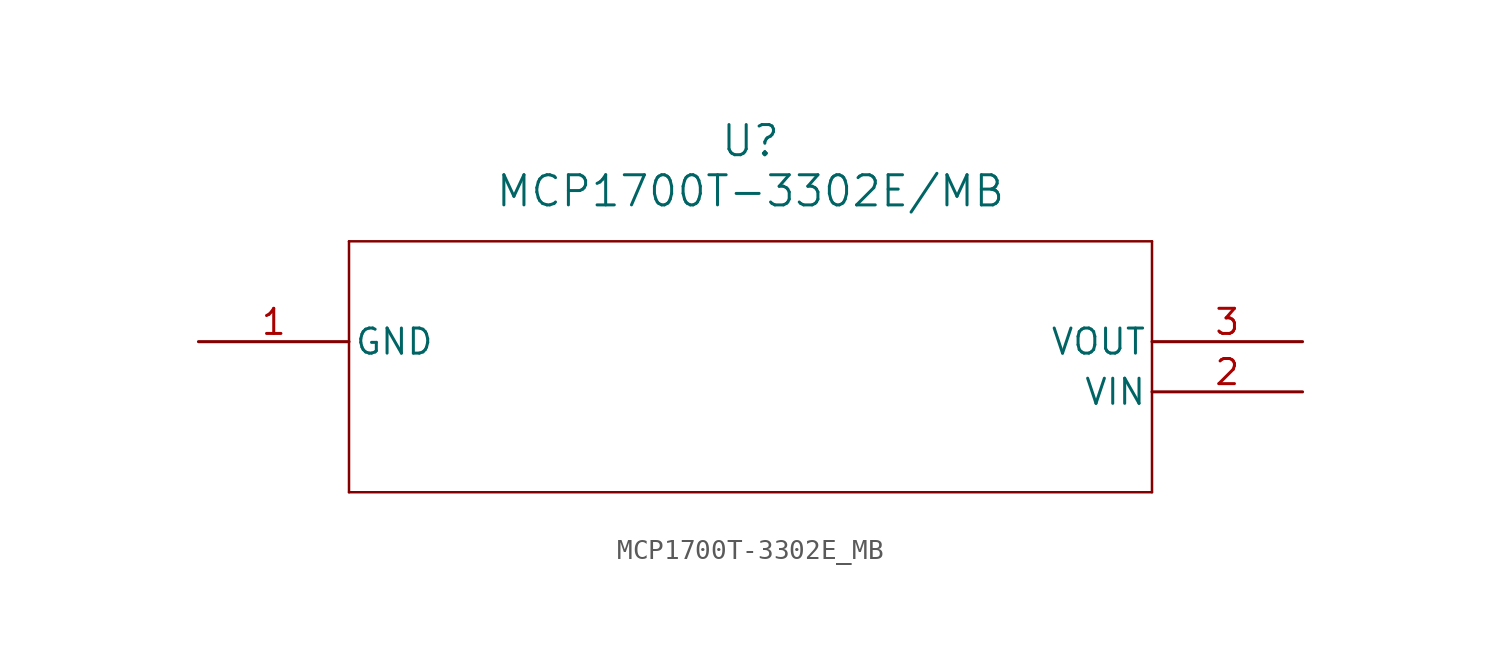
<source format=kicad_sym>
(kicad_symbol_lib
  (version 20211014)
  (generator kicad_symbol_editor)
  (symbol "MCP1700T-3302E_MB"
    (pin_names
      (offset 0.254))
    (property "Reference" "U"
      (at 27.94 10.16 0)
      (effects (font (size 1.524 1.524))))
    (property "Value" "MCP1700T-3302E/MB"
      (at 27.94 7.62 0)
      (effects (font (size 1.524 1.524))))
    (symbol "MCP1700T-3302E_MB_0_1"
      (polyline (pts (xy 7.62 5.08) (xy 7.62 -7.62)) (stroke (width 0.127) (type default) (color 0 0 0 0)) (fill (type none)))
      (polyline (pts (xy 7.62 -7.62) (xy 48.26 -7.62)) (stroke (width 0.127) (type default) (color 0 0 0 0)) (fill (type none)))
      (polyline (pts (xy 48.26 -7.62) (xy 48.26 5.08)) (stroke (width 0.127) (type default) (color 0 0 0 0)) (fill (type none)))
      (polyline (pts (xy 48.26 5.08) (xy 7.62 5.08)) (stroke (width 0.127) (type default) (color 0 0 0 0)) (fill (type none)))
      (pin unspecified line (at 0 0 0) (length 7.62) (name "GND" (effects (font (size 1.27 1.27)))) (number "1" (effects (font (size 1.27 1.27)))))
      (pin unspecified line (at 55.88 -2.54 180) (length 7.62) (name "VIN" (effects (font (size 1.27 1.27)))) (number "2" (effects (font (size 1.27 1.27)))))
      (pin unspecified line (at 55.88 0 180) (length 7.62) (name "VOUT" (effects (font (size 1.27 1.27)))) (number "3" (effects (font (size 1.27 1.27))))))))
</source>
